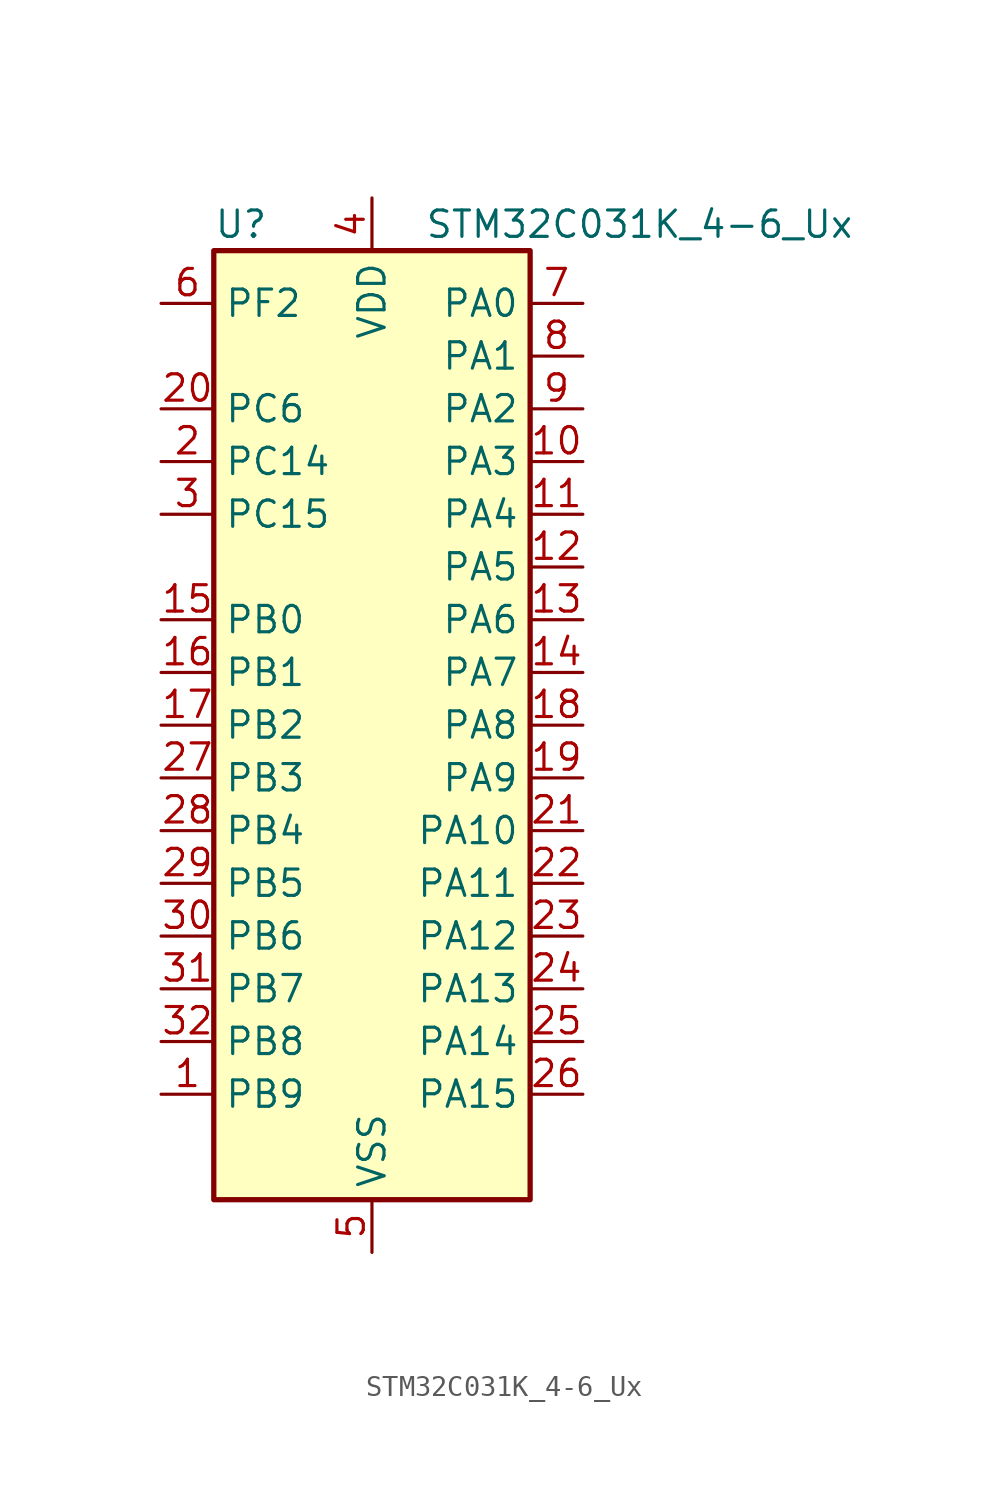
<source format=kicad_sym>
(kicad_symbol_lib
  (version 20231120)
  (generator "kicad_symbol_editor")
  (generator_version "8.0")
  (symbol "STM32C031K_4-6_Ux"
    (property "Reference" "U"
      (at -7.62 24.13 0)
      (effects (font (size 1.27 1.27)) (justify left)))
    (property "Value" "STM32C031K_4-6_Ux"
      (at 2.54 24.13 0)
      (effects (font (size 1.27 1.27)) (justify left)))
    (property "ki_locked" ""
      (at 0 0 0)
      (effects (font (size 1.27 1.27))))
    (symbol "STM32C031K_4-6_Ux_0_1"
      (rectangle (start -7.62 -22.86) (end 7.62 22.86) (stroke (width 0.254) (type default)) (fill (type background))))
    (symbol "STM32C031K_4-6_Ux_1_1"
      (pin bidirectional line (at -10.16 -17.78 0) (length 2.54) (name "PB9" (effects (font (size 1.27 1.27)))) (number "1" (effects (font (size 1.27 1.27)))) (alternate "I2C1_SDA" bidirectional line) (alternate "IR_OUT" bidirectional line) (alternate "TIM17_CH1" bidirectional line) (alternate "TIM3_CH2" bidirectional line) (alternate "USART2_CK" bidirectional line) (alternate "USART2_DE" bidirectional line) (alternate "USART2_RTS" bidirectional line))
      (pin bidirectional line (at 10.16 12.7 180) (length 2.54) (name "PA3" (effects (font (size 1.27 1.27)))) (number "10" (effects (font (size 1.27 1.27)))) (alternate "ADC1_IN3" bidirectional line) (alternate "TIM1_CH1N" bidirectional line) (alternate "TIM1_CH4" bidirectional line) (alternate "USART2_RX" bidirectional line))
      (pin bidirectional line (at 10.16 10.16 180) (length 2.54) (name "PA4" (effects (font (size 1.27 1.27)))) (number "11" (effects (font (size 1.27 1.27)))) (alternate "ADC1_IN4" bidirectional line) (alternate "I2S1_WS" bidirectional line) (alternate "PWR_WKUP2" bidirectional line) (alternate "RTC_OUT1" bidirectional line) (alternate "RTC_TS" bidirectional line) (alternate "SPI1_NSS" bidirectional line) (alternate "TIM14_CH1" bidirectional line) (alternate "TIM17_CH1N" bidirectional line) (alternate "TIM1_CH2N" bidirectional line) (alternate "USART2_TX" bidirectional line))
      (pin bidirectional line (at 10.16 7.62 180) (length 2.54) (name "PA5" (effects (font (size 1.27 1.27)))) (number "12" (effects (font (size 1.27 1.27)))) (alternate "ADC1_IN5" bidirectional line) (alternate "I2S1_CK" bidirectional line) (alternate "SPI1_SCK" bidirectional line) (alternate "TIM1_CH1" bidirectional line) (alternate "TIM1_CH3N" bidirectional line) (alternate "USART2_RX" bidirectional line))
      (pin bidirectional line (at 10.16 5.08 180) (length 2.54) (name "PA6" (effects (font (size 1.27 1.27)))) (number "13" (effects (font (size 1.27 1.27)))) (alternate "ADC1_IN6" bidirectional line) (alternate "I2S1_MCK" bidirectional line) (alternate "SPI1_MISO" bidirectional line) (alternate "TIM16_CH1" bidirectional line) (alternate "TIM1_BKIN" bidirectional line) (alternate "TIM3_CH1" bidirectional line))
      (pin bidirectional line (at 10.16 2.54 180) (length 2.54) (name "PA7" (effects (font (size 1.27 1.27)))) (number "14" (effects (font (size 1.27 1.27)))) (alternate "ADC1_IN7" bidirectional line) (alternate "I2S1_SD" bidirectional line) (alternate "SPI1_MOSI" bidirectional line) (alternate "TIM14_CH1" bidirectional line) (alternate "TIM17_CH1" bidirectional line) (alternate "TIM1_CH1N" bidirectional line) (alternate "TIM3_CH2" bidirectional line))
      (pin bidirectional line (at -10.16 5.08 0) (length 2.54) (name "PB0" (effects (font (size 1.27 1.27)))) (number "15" (effects (font (size 1.27 1.27)))) (alternate "ADC1_IN17" bidirectional line) (alternate "I2S1_WS" bidirectional line) (alternate "SPI1_NSS" bidirectional line) (alternate "TIM1_CH2N" bidirectional line) (alternate "TIM3_CH3" bidirectional line))
      (pin bidirectional line (at -10.16 2.54 0) (length 2.54) (name "PB1" (effects (font (size 1.27 1.27)))) (number "16" (effects (font (size 1.27 1.27)))) (alternate "ADC1_IN18" bidirectional line) (alternate "TIM14_CH1" bidirectional line) (alternate "TIM1_CH2N" bidirectional line) (alternate "TIM1_CH3N" bidirectional line) (alternate "TIM3_CH4" bidirectional line))
      (pin bidirectional line (at -10.16 0 0) (length 2.54) (name "PB2" (effects (font (size 1.27 1.27)))) (number "17" (effects (font (size 1.27 1.27)))) (alternate "ADC1_IN19" bidirectional line) (alternate "RCC_MCO_2" bidirectional line) (alternate "USART1_RX" bidirectional line))
      (pin bidirectional line (at 10.16 0 180) (length 2.54) (name "PA8" (effects (font (size 1.27 1.27)))) (number "18" (effects (font (size 1.27 1.27)))) (alternate "ADC1_IN8" bidirectional line) (alternate "I2S1_WS" bidirectional line) (alternate "RCC_MCO" bidirectional line) (alternate "RCC_MCO_2" bidirectional line) (alternate "SPI1_NSS" bidirectional line) (alternate "TIM14_CH1" bidirectional line) (alternate "TIM1_CH1" bidirectional line) (alternate "TIM1_CH2N" bidirectional line) (alternate "TIM1_CH3N" bidirectional line) (alternate "TIM3_CH3" bidirectional line) (alternate "TIM3_CH4" bidirectional line) (alternate "USART1_RX" bidirectional line) (alternate "USART2_TX" bidirectional line))
      (pin bidirectional line (at 10.16 -2.54 180) (length 2.54) (name "PA9" (effects (font (size 1.27 1.27)))) (number "19" (effects (font (size 1.27 1.27)))) (alternate "I2C1_SCL" bidirectional line) (alternate "RCC_MCO" bidirectional line) (alternate "TIM1_CH2" bidirectional line) (alternate "TIM3_ETR" bidirectional line) (alternate "USART1_TX" bidirectional line))
      (pin bidirectional line (at -10.16 12.7 0) (length 2.54) (name "PC14" (effects (font (size 1.27 1.27)))) (number "2" (effects (font (size 1.27 1.27)))) (alternate "I2C1_SDA" bidirectional line) (alternate "IR_OUT" bidirectional line) (alternate "RCC_OSCX_IN" bidirectional line) (alternate "TIM17_CH1" bidirectional line) (alternate "TIM1_BKIN2" bidirectional line) (alternate "TIM1_ETR" bidirectional line) (alternate "TIM3_CH2" bidirectional line) (alternate "USART1_TX" bidirectional line) (alternate "USART2_CK" bidirectional line) (alternate "USART2_DE" bidirectional line) (alternate "USART2_RTS" bidirectional line))
      (pin bidirectional line (at -10.16 15.24 0) (length 2.54) (name "PC6" (effects (font (size 1.27 1.27)))) (number "20" (effects (font (size 1.27 1.27)))) (alternate "TIM3_CH1" bidirectional line))
      (pin bidirectional line (at 10.16 -5.08 180) (length 2.54) (name "PA10" (effects (font (size 1.27 1.27)))) (number "21" (effects (font (size 1.27 1.27)))) (alternate "I2C1_SDA" bidirectional line) (alternate "RCC_MCO_2" bidirectional line) (alternate "TIM17_BKIN" bidirectional line) (alternate "TIM1_CH3" bidirectional line) (alternate "USART1_RX" bidirectional line))
      (pin bidirectional line (at 10.16 -7.62 180) (length 2.54) (name "PA11" (effects (font (size 1.27 1.27)))) (number "22" (effects (font (size 1.27 1.27)))) (alternate "ADC1_EXTI11" bidirectional line) (alternate "ADC1_IN11" bidirectional line) (alternate "I2S1_MCK" bidirectional line) (alternate "SPI1_MISO" bidirectional line) (alternate "TIM1_BKIN2" bidirectional line) (alternate "TIM1_CH4" bidirectional line) (alternate "USART1_CTS" bidirectional line) (alternate "USART1_NSS" bidirectional line))
      (pin bidirectional line (at 10.16 -10.16 180) (length 2.54) (name "PA12" (effects (font (size 1.27 1.27)))) (number "23" (effects (font (size 1.27 1.27)))) (alternate "ADC1_IN12" bidirectional line) (alternate "I2S1_SD" bidirectional line) (alternate "I2S_CKIN" bidirectional line) (alternate "SPI1_MOSI" bidirectional line) (alternate "TIM1_ETR" bidirectional line) (alternate "USART1_CK" bidirectional line) (alternate "USART1_DE" bidirectional line) (alternate "USART1_RTS" bidirectional line))
      (pin bidirectional line (at 10.16 -12.7 180) (length 2.54) (name "PA13" (effects (font (size 1.27 1.27)))) (number "24" (effects (font (size 1.27 1.27)))) (alternate "ADC1_IN13" bidirectional line) (alternate "DEBUG_SWDIO" bidirectional line) (alternate "IR_OUT" bidirectional line) (alternate "TIM3_ETR" bidirectional line) (alternate "USART2_RX" bidirectional line))
      (pin bidirectional line (at 10.16 -15.24 180) (length 2.54) (name "PA14" (effects (font (size 1.27 1.27)))) (number "25" (effects (font (size 1.27 1.27)))) (alternate "ADC1_IN14" bidirectional line) (alternate "DEBUG_SWCLK" bidirectional line) (alternate "I2S1_WS" bidirectional line) (alternate "RCC_MCO_2" bidirectional line) (alternate "SPI1_NSS" bidirectional line) (alternate "TIM1_CH1" bidirectional line) (alternate "USART1_CK" bidirectional line) (alternate "USART1_DE" bidirectional line) (alternate "USART1_RTS" bidirectional line) (alternate "USART2_RX" bidirectional line) (alternate "USART2_TX" bidirectional line))
      (pin bidirectional line (at 10.16 -17.78 180) (length 2.54) (name "PA15" (effects (font (size 1.27 1.27)))) (number "26" (effects (font (size 1.27 1.27)))) (alternate "I2S1_WS" bidirectional line) (alternate "RCC_MCO_2" bidirectional line) (alternate "SPI1_NSS" bidirectional line) (alternate "TIM1_CH1" bidirectional line) (alternate "USART1_CK" bidirectional line) (alternate "USART1_DE" bidirectional line) (alternate "USART1_RTS" bidirectional line) (alternate "USART2_RX" bidirectional line))
      (pin bidirectional line (at -10.16 -2.54 0) (length 2.54) (name "PB3" (effects (font (size 1.27 1.27)))) (number "27" (effects (font (size 1.27 1.27)))) (alternate "I2S1_CK" bidirectional line) (alternate "SPI1_SCK" bidirectional line) (alternate "TIM1_CH2" bidirectional line) (alternate "TIM3_CH2" bidirectional line) (alternate "USART1_CK" bidirectional line) (alternate "USART1_DE" bidirectional line) (alternate "USART1_RTS" bidirectional line))
      (pin bidirectional line (at -10.16 -5.08 0) (length 2.54) (name "PB4" (effects (font (size 1.27 1.27)))) (number "28" (effects (font (size 1.27 1.27)))) (alternate "I2S1_MCK" bidirectional line) (alternate "SPI1_MISO" bidirectional line) (alternate "TIM17_BKIN" bidirectional line) (alternate "TIM3_CH1" bidirectional line) (alternate "USART1_CTS" bidirectional line) (alternate "USART1_NSS" bidirectional line))
      (pin bidirectional line (at -10.16 -7.62 0) (length 2.54) (name "PB5" (effects (font (size 1.27 1.27)))) (number "29" (effects (font (size 1.27 1.27)))) (alternate "I2C1_SMBA" bidirectional line) (alternate "I2S1_SD" bidirectional line) (alternate "PWR_WKUP6" bidirectional line) (alternate "SPI1_MOSI" bidirectional line) (alternate "TIM16_BKIN" bidirectional line) (alternate "TIM3_CH2" bidirectional line) (alternate "TIM3_CH3" bidirectional line))
      (pin bidirectional line (at -10.16 10.16 0) (length 2.54) (name "PC15" (effects (font (size 1.27 1.27)))) (number "3" (effects (font (size 1.27 1.27)))) (alternate "RCC_OSC32_EN" bidirectional line) (alternate "RCC_OSCX_OUT" bidirectional line) (alternate "RCC_OSC_EN" bidirectional line) (alternate "TIM1_ETR" bidirectional line) (alternate "TIM3_CH3" bidirectional line))
      (pin bidirectional line (at -10.16 -10.16 0) (length 2.54) (name "PB6" (effects (font (size 1.27 1.27)))) (number "30" (effects (font (size 1.27 1.27)))) (alternate "I2C1_SCL" bidirectional line) (alternate "I2C1_SMBA" bidirectional line) (alternate "I2S1_CK" bidirectional line) (alternate "I2S1_MCK" bidirectional line) (alternate "I2S1_SD" bidirectional line) (alternate "PWR_WKUP3" bidirectional line) (alternate "SPI1_MISO" bidirectional line) (alternate "SPI1_MOSI" bidirectional line) (alternate "SPI1_SCK" bidirectional line) (alternate "TIM16_BKIN" bidirectional line) (alternate "TIM16_CH1N" bidirectional line) (alternate "TIM17_BKIN" bidirectional line) (alternate "TIM1_CH2" bidirectional line) (alternate "TIM1_CH3" bidirectional line) (alternate "TIM3_CH1" bidirectional line) (alternate "TIM3_CH2" bidirectional line) (alternate "TIM3_CH3" bidirectional line) (alternate "USART1_CK" bidirectional line) (alternate "USART1_CTS" bidirectional line) (alternate "USART1_DE" bidirectional line) (alternate "USART1_NSS" bidirectional line) (alternate "USART1_RTS" bidirectional line) (alternate "USART1_TX" bidirectional line))
      (pin bidirectional line (at -10.16 -12.7 0) (length 2.54) (name "PB7" (effects (font (size 1.27 1.27)))) (number "31" (effects (font (size 1.27 1.27)))) (alternate "I2C1_SCL" bidirectional line) (alternate "I2C1_SDA" bidirectional line) (alternate "RTC_REFIN" bidirectional line) (alternate "TIM16_CH1" bidirectional line) (alternate "TIM17_CH1N" bidirectional line) (alternate "TIM1_CH4" bidirectional line) (alternate "TIM3_CH1" bidirectional line) (alternate "TIM3_CH4" bidirectional line) (alternate "USART1_RX" bidirectional line) (alternate "USART2_CTS" bidirectional line) (alternate "USART2_NSS" bidirectional line))
      (pin bidirectional line (at -10.16 -15.24 0) (length 2.54) (name "PB8" (effects (font (size 1.27 1.27)))) (number "32" (effects (font (size 1.27 1.27)))) (alternate "I2C1_SCL" bidirectional line) (alternate "TIM16_CH1" bidirectional line) (alternate "TIM3_CH1" bidirectional line) (alternate "USART2_CTS" bidirectional line) (alternate "USART2_NSS" bidirectional line))
      (pin passive line (at 0 -25.4 90) (length 2.54) hide (name "VSS" (effects (font (size 1.27 1.27)))) (number "33" (effects (font (size 1.27 1.27)))))
      (pin power_in line (at 0 25.4 270) (length 2.54) (name "VDD" (effects (font (size 1.27 1.27)))) (number "4" (effects (font (size 1.27 1.27)))))
      (pin power_in line (at 0 -25.4 90) (length 2.54) (name "VSS" (effects (font (size 1.27 1.27)))) (number "5" (effects (font (size 1.27 1.27)))))
      (pin bidirectional line (at -10.16 20.32 0) (length 2.54) (name "PF2" (effects (font (size 1.27 1.27)))) (number "6" (effects (font (size 1.27 1.27)))) (alternate "RCC_MCO" bidirectional line) (alternate "TIM1_CH4" bidirectional line))
      (pin bidirectional line (at 10.16 20.32 180) (length 2.54) (name "PA0" (effects (font (size 1.27 1.27)))) (number "7" (effects (font (size 1.27 1.27)))) (alternate "ADC1_IN0" bidirectional line) (alternate "PWR_WKUP1" bidirectional line) (alternate "TIM16_CH1" bidirectional line) (alternate "TIM1_CH1" bidirectional line) (alternate "USART1_TX" bidirectional line) (alternate "USART2_CTS" bidirectional line) (alternate "USART2_NSS" bidirectional line))
      (pin bidirectional line (at 10.16 17.78 180) (length 2.54) (name "PA1" (effects (font (size 1.27 1.27)))) (number "8" (effects (font (size 1.27 1.27)))) (alternate "ADC1_IN1" bidirectional line) (alternate "I2C1_SMBA" bidirectional line) (alternate "I2S1_CK" bidirectional line) (alternate "SPI1_SCK" bidirectional line) (alternate "TIM17_CH1" bidirectional line) (alternate "TIM1_CH2" bidirectional line) (alternate "USART1_RX" bidirectional line) (alternate "USART2_CK" bidirectional line) (alternate "USART2_DE" bidirectional line) (alternate "USART2_RTS" bidirectional line))
      (pin bidirectional line (at 10.16 15.24 180) (length 2.54) (name "PA2" (effects (font (size 1.27 1.27)))) (number "9" (effects (font (size 1.27 1.27)))) (alternate "ADC1_IN2" bidirectional line) (alternate "I2S1_SD" bidirectional line) (alternate "PWR_WKUP4" bidirectional line) (alternate "RCC_LSCO" bidirectional line) (alternate "SPI1_MOSI" bidirectional line) (alternate "TIM16_CH1N" bidirectional line) (alternate "TIM1_CH3" bidirectional line) (alternate "TIM3_ETR" bidirectional line) (alternate "USART2_TX" bidirectional line)))))
</source>
